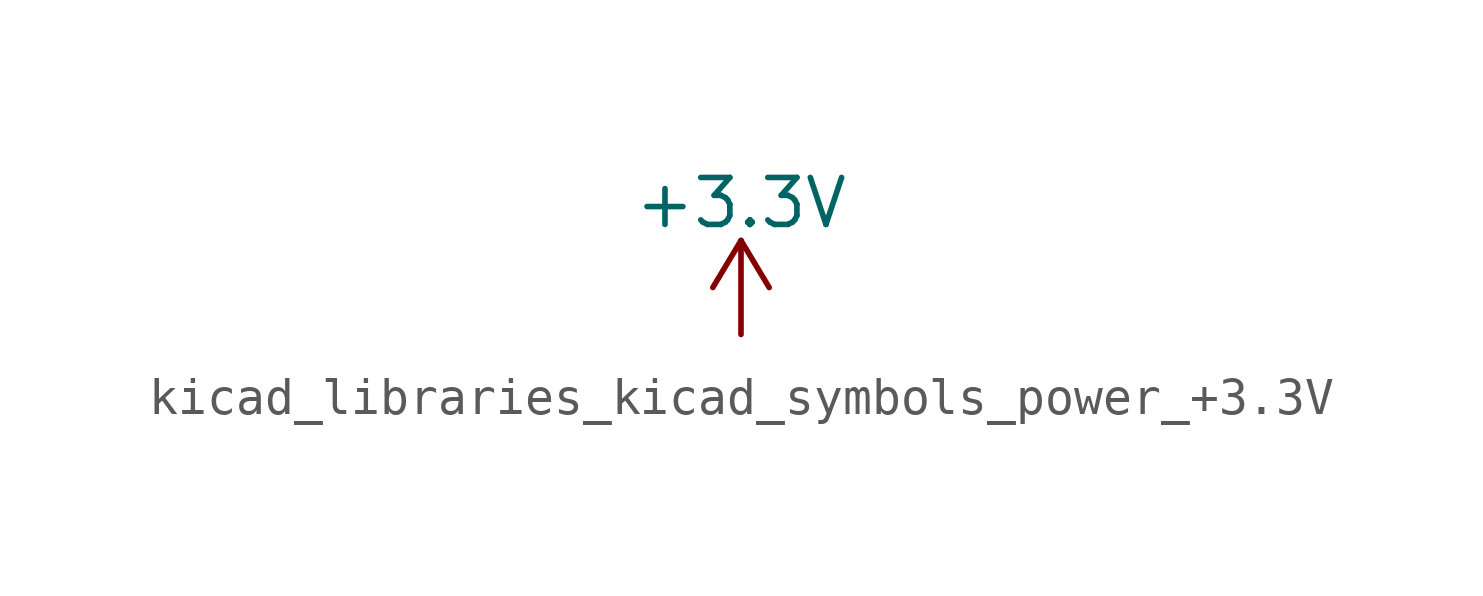
<source format=kicad_sym>
(kicad_symbol_lib
  (version 20220914)
  (generator kicad_symbol_editor)
  (symbol "kicad_libraries_kicad_symbols_power_+3.3V"
    (power)
    (pin_names
      (offset 0))
    (property "Reference" "#PWR"
      (at 0 -3.81 0)
      (effects (font (size 1.27 1.27)) hide))
    (property "Value" "+3.3V"
      (at 0 3.556 0)
      (effects (font (size 1.27 1.27))))
    (symbol "kicad_libraries_kicad_symbols_power_+3.3V_0_1"
      (polyline (pts (xy -0.762 1.27) (xy 0 2.54)) (stroke (width 0) (type default)) (fill (type none)))
      (polyline (pts (xy 0 0) (xy 0 2.54)) (stroke (width 0) (type default)) (fill (type none)))
      (polyline (pts (xy 0 2.54) (xy 0.762 1.27)) (stroke (width 0) (type default)) (fill (type none))))
    (symbol "kicad_libraries_kicad_symbols_power_+3.3V_1_1"
      (pin power_in line (at 0 0 90) (length 0) hide (name "+3.3V" (effects (font (size 1.27 1.27)))) (number "1" (effects (font (size 1.27 1.27))))))))
</source>
